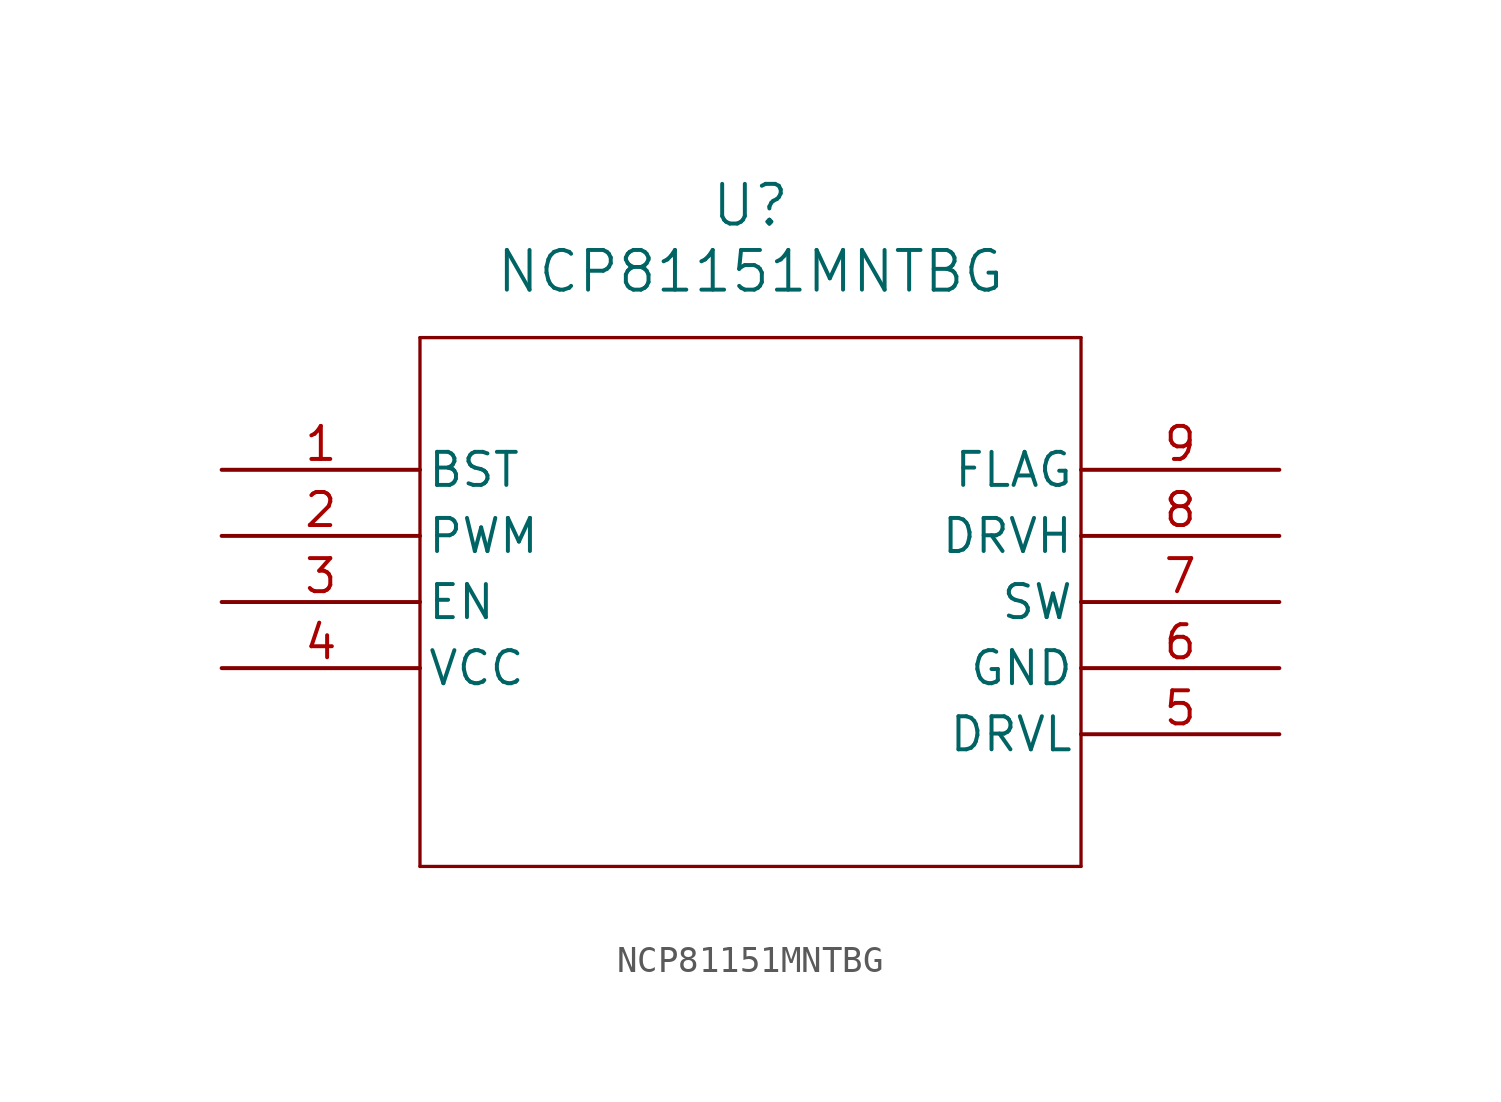
<source format=kicad_sym>
(kicad_symbol_lib
  (version 20220914)
  (generator kicad_symbol_editor)
  (symbol "NCP81151MNTBG"
    (pin_names
      (offset 0.254))
    (property "Reference" "U"
      (at 20.32 10.16 0)
      (effects (font (size 1.524 1.524))))
    (property "Value" "NCP81151MNTBG"
      (at 20.32 7.62 0)
      (effects (font (size 1.524 1.524))))
    (symbol "NCP81151MNTBG_0_1"
      (polyline (pts (xy 7.62 -15.24) (xy 33.02 -15.24)) (stroke (width 0.127) (type default)) (fill (type none)))
      (polyline (pts (xy 7.62 5.08) (xy 7.62 -15.24)) (stroke (width 0.127) (type default)) (fill (type none)))
      (polyline (pts (xy 33.02 -15.24) (xy 33.02 5.08)) (stroke (width 0.127) (type default)) (fill (type none)))
      (polyline (pts (xy 33.02 5.08) (xy 7.62 5.08)) (stroke (width 0.127) (type default)) (fill (type none)))
      (pin unspecified line (at 0 0 0) (length 7.62) (name "BST" (effects (font (size 1.27 1.27)))) (number "1" (effects (font (size 1.27 1.27)))))
      (pin input line (at 0 -2.54 0) (length 7.62) (name "PWM" (effects (font (size 1.27 1.27)))) (number "2" (effects (font (size 1.27 1.27)))))
      (pin input line (at 0 -5.08 0) (length 7.62) (name "EN" (effects (font (size 1.27 1.27)))) (number "3" (effects (font (size 1.27 1.27)))))
      (pin power_in line (at 0 -7.62 0) (length 7.62) (name "VCC" (effects (font (size 1.27 1.27)))) (number "4" (effects (font (size 1.27 1.27)))))
      (pin output line (at 40.64 -10.16 180) (length 7.62) (name "DRVL" (effects (font (size 1.27 1.27)))) (number "5" (effects (font (size 1.27 1.27)))))
      (pin power_in line (at 40.64 -7.62 180) (length 7.62) (name "GND" (effects (font (size 1.27 1.27)))) (number "6" (effects (font (size 1.27 1.27)))))
      (pin unspecified line (at 40.64 -5.08 180) (length 7.62) (name "SW" (effects (font (size 1.27 1.27)))) (number "7" (effects (font (size 1.27 1.27)))))
      (pin output line (at 40.64 -2.54 180) (length 7.62) (name "DRVH" (effects (font (size 1.27 1.27)))) (number "8" (effects (font (size 1.27 1.27)))))
      (pin unspecified line (at 40.64 0 180) (length 7.62) (name "FLAG" (effects (font (size 1.27 1.27)))) (number "9" (effects (font (size 1.27 1.27))))))))
</source>
